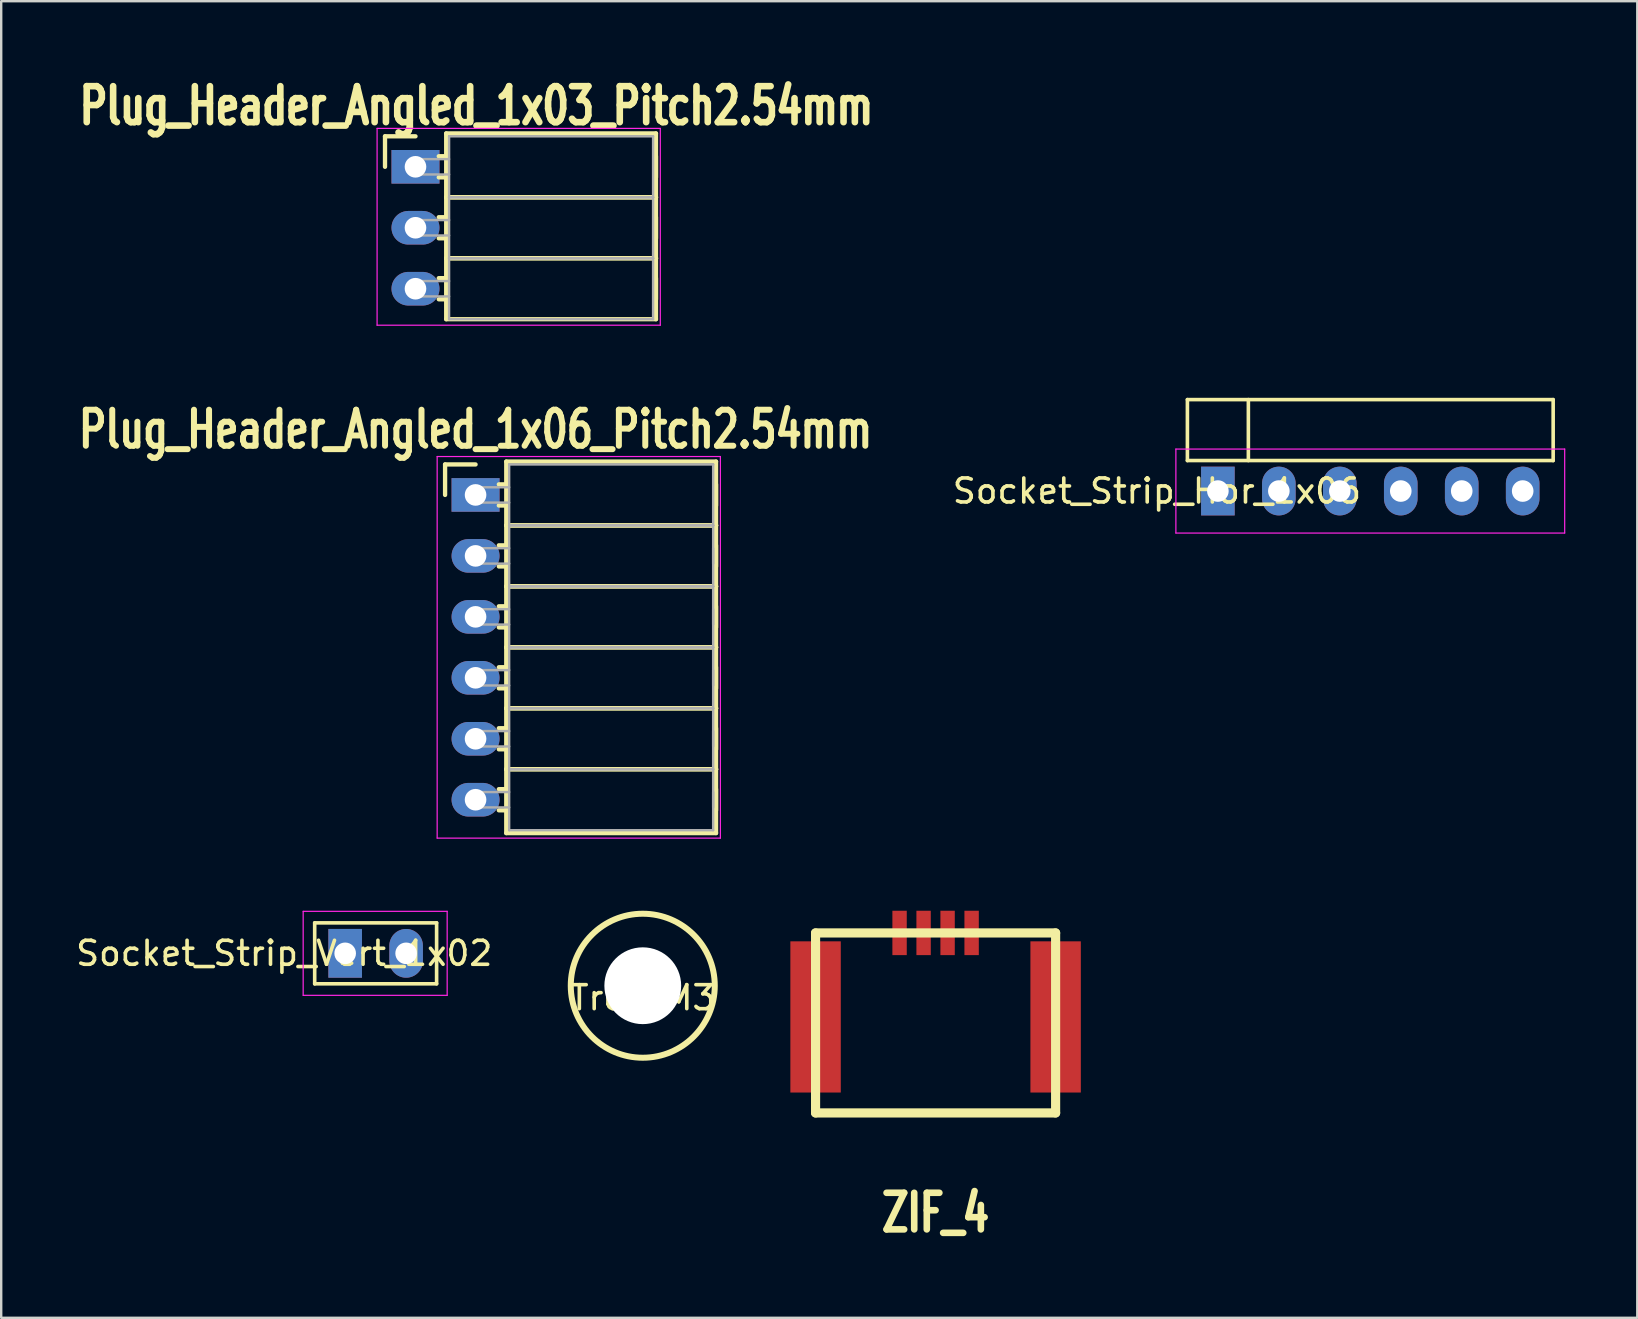
<source format=kicad_pcb>
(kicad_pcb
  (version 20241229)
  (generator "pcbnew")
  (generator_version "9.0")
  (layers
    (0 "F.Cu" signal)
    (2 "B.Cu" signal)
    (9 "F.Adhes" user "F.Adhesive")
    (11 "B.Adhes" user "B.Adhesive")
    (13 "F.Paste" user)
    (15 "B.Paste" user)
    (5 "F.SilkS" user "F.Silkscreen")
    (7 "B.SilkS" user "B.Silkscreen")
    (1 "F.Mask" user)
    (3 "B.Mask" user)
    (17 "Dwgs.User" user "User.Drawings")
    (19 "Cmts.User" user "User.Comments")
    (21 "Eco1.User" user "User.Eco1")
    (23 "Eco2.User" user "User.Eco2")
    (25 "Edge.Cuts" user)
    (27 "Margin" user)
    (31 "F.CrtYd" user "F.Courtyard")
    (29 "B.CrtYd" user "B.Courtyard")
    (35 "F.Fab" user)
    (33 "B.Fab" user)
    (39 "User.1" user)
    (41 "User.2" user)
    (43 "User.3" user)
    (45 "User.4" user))
  (footprint "Trou_M3"
    (layer "F.Cu")
    (at 23.732 38.022)
    (property "Reference" "Trou_M3" (at 0 0.5 0) (layer "F.SilkS") (effects (font (size 1 1) (thickness 0.15))))
    (attr through_hole)
    (fp_circle (center 0 0) (end 3 0) (stroke (width 0.25) (type solid)) (fill no) (layer "F.SilkS"))
    (pad "" np_thru_hole circle (at 0 0) (size 3.2 3.2) (drill 3.2) (layers "*.Cu")))
  (footprint "Plug_Header_Angled_1x03_Pitch2.54mm"
    (layer "F.Cu")
    (at 14.262 3.9)
    (property "Reference" "Plug_Header_Angled_1x03_Pitch2.54mm" (at 2.54 -2.54 0) (layer "F.SilkS") (effects (font (size 1.5 1.1) (thickness 0.275))))
    (attr through_hole)
    (fp_line (start -1.27 -1.27) (end 0 -1.27) (stroke (width 0.18) (type solid)) (layer "F.SilkS"))
    (fp_line (start -1.27 0) (end -1.27 -1.27) (stroke (width 0.18) (type solid)) (layer "F.SilkS"))
    (fp_line (start 0.97 -0.44) (end 1.28 -0.44) (stroke (width 0.18) (type solid)) (layer "F.SilkS"))
    (fp_line (start 0.97 0.44) (end 1.28 0.44) (stroke (width 0.18) (type solid)) (layer "F.SilkS"))
    (fp_line (start 0.97 2.1) (end 1.28 2.1) (stroke (width 0.18) (type solid)) (layer "F.SilkS"))
    (fp_line (start 0.97 2.98) (end 1.28 2.98) (stroke (width 0.18) (type solid)) (layer "F.SilkS"))
    (fp_line (start 0.97 4.64) (end 1.28 4.64) (stroke (width 0.18) (type solid)) (layer "F.SilkS"))
    (fp_line (start 0.97 5.52) (end 1.28 5.52) (stroke (width 0.18) (type solid)) (layer "F.SilkS"))
    (fp_line (start 1.28 -1.39) (end 1.28 1.27) (stroke (width 0.18) (type solid)) (layer "F.SilkS"))
    (fp_line (start 1.28 1.27) (end 1.28 3.81) (stroke (width 0.18) (type solid)) (layer "F.SilkS"))
    (fp_line (start 1.28 1.27) (end 10.02 1.27) (stroke (width 0.18) (type solid)) (layer "F.SilkS"))
    (fp_line (start 1.28 3.81) (end 1.28 6.35) (stroke (width 0.18) (type solid)) (layer "F.SilkS"))
    (fp_line (start 1.28 3.81) (end 10.02 3.81) (stroke (width 0.18) (type solid)) (layer "F.SilkS"))
    (fp_line (start 1.28 6.35) (end 10.02 6.35) (stroke (width 0.18) (type solid)) (layer "F.SilkS"))
    (fp_line (start 10.02 -1.39) (end 1.28 -1.39) (stroke (width 0.18) (type solid)) (layer "F.SilkS"))
    (fp_line (start 10.02 -0.44) (end 10.02 0.44) (stroke (width 0.18) (type solid)) (layer "F.SilkS"))
    (fp_line (start 10.02 1.27) (end 1.28 1.27) (stroke (width 0.18) (type solid)) (layer "F.SilkS"))
    (fp_line (start 10.02 1.27) (end 10.02 -1.39) (stroke (width 0.18) (type solid)) (layer "F.SilkS"))
    (fp_line (start 10.02 2.1) (end 10.02 2.98) (stroke (width 0.18) (type solid)) (layer "F.SilkS"))
    (fp_line (start 10.02 3.81) (end 1.28 3.81) (stroke (width 0.18) (type solid)) (layer "F.SilkS"))
    (fp_line (start 10.02 3.81) (end 10.02 1.27) (stroke (width 0.18) (type solid)) (layer "F.SilkS"))
    (fp_line (start 10.02 4.64) (end 10.02 5.52) (stroke (width 0.18) (type solid)) (layer "F.SilkS"))
    (fp_line (start 10.02 6.35) (end 10.02 3.81) (stroke (width 0.18) (type solid)) (layer "F.SilkS"))
    (fp_line (start -1.6 -1.6) (end -1.6 6.6) (stroke (width 0.05) (type solid)) (layer "F.CrtYd"))
    (fp_line (start -1.6 6.6) (end 10.2 6.6) (stroke (width 0.05) (type solid)) (layer "F.CrtYd"))
    (fp_line (start 10.2 -1.6) (end -1.6 -1.6) (stroke (width 0.05) (type solid)) (layer "F.CrtYd"))
    (fp_line (start 10.2 6.6) (end 10.2 -1.6) (stroke (width 0.05) (type solid)) (layer "F.CrtYd"))
    (fp_line (start 0 -0.32) (end 0 0.32) (stroke (width 0.1) (type solid)) (layer "F.Fab"))
    (fp_line (start 0 0.32) (end 1.4 0.32) (stroke (width 0.1) (type solid)) (layer "F.Fab"))
    (fp_line (start 0 2.22) (end 0 2.86) (stroke (width 0.1) (type solid)) (layer "F.Fab"))
    (fp_line (start 0 2.86) (end 1.4 2.86) (stroke (width 0.1) (type solid)) (layer "F.Fab"))
    (fp_line (start 0 4.76) (end 0 5.4) (stroke (width 0.1) (type solid)) (layer "F.Fab"))
    (fp_line (start 0 5.4) (end 1.4 5.4) (stroke (width 0.1) (type solid)) (layer "F.Fab"))
    (fp_line (start 1.4 -1.27) (end 1.4 1.27) (stroke (width 0.1) (type solid)) (layer "F.Fab"))
    (fp_line (start 1.4 -0.32) (end 0 -0.32) (stroke (width 0.1) (type solid)) (layer "F.Fab"))
    (fp_line (start 1.4 1.27) (end 1.4 3.81) (stroke (width 0.1) (type solid)) (layer "F.Fab"))
    (fp_line (start 1.4 1.27) (end 9.9 1.27) (stroke (width 0.1) (type solid)) (layer "F.Fab"))
    (fp_line (start 1.4 2.22) (end 0 2.22) (stroke (width 0.1) (type solid)) (layer "F.Fab"))
    (fp_line (start 1.4 3.81) (end 1.4 6.35) (stroke (width 0.1) (type solid)) (layer "F.Fab"))
    (fp_line (start 1.4 3.81) (end 9.9 3.81) (stroke (width 0.1) (type solid)) (layer "F.Fab"))
    (fp_line (start 1.4 4.76) (end 0 4.76) (stroke (width 0.1) (type solid)) (layer "F.Fab"))
    (fp_line (start 1.4 6.35) (end 9.9 6.35) (stroke (width 0.1) (type solid)) (layer "F.Fab"))
    (fp_line (start 9.9 -1.27) (end 1.4 -1.27) (stroke (width 0.1) (type solid)) (layer "F.Fab"))
    (fp_line (start 9.9 1.27) (end 1.4 1.27) (stroke (width 0.1) (type solid)) (layer "F.Fab"))
    (fp_line (start 9.9 1.27) (end 9.9 -1.27) (stroke (width 0.1) (type solid)) (layer "F.Fab"))
    (fp_line (start 9.9 3.81) (end 1.4 3.81) (stroke (width 0.1) (type solid)) (layer "F.Fab"))
    (fp_line (start 9.9 3.81) (end 9.9 1.27) (stroke (width 0.1) (type solid)) (layer "F.Fab"))
    (fp_line (start 9.9 6.35) (end 9.9 3.81) (stroke (width 0.1) (type solid)) (layer "F.Fab"))
    (pad "1" thru_hole rect (at 0 0) (size 2 1.4) (drill 0.9) (layers "*.Cu" "*.Mask"))
    (pad "2" thru_hole oval (at 0 2.54) (size 2 1.4) (drill 0.9) (layers "*.Cu" "*.Mask"))
    (pad "3" thru_hole oval (at 0 5.08) (size 2 1.4) (drill 0.9) (layers "*.Cu" "*.Mask")))
  (footprint "Plug_Header_Angled_1x06_Pitch2.54mm"
    (layer "F.Cu")
    (at 16.765 17.572)
    (property "Reference" "Plug_Header_Angled_1x06_Pitch2.54mm" (at 0 -2.731 0) (layer "F.SilkS") (effects (font (size 1.5 1.1) (thickness 0.25))))
    (attr through_hole)
    (fp_line (start -1.27 -1.27) (end 0 -1.27) (stroke (width 0.18) (type solid)) (layer "F.SilkS"))
    (fp_line (start -1.27 0) (end -1.27 -1.27) (stroke (width 0.18) (type solid)) (layer "F.SilkS"))
    (fp_line (start 0.97 -0.44) (end 1.28 -0.44) (stroke (width 0.18) (type solid)) (layer "F.SilkS"))
    (fp_line (start 0.97 0.44) (end 1.28 0.44) (stroke (width 0.18) (type solid)) (layer "F.SilkS"))
    (fp_line (start 0.97 2.1) (end 1.28 2.1) (stroke (width 0.18) (type solid)) (layer "F.SilkS"))
    (fp_line (start 0.97 2.98) (end 1.28 2.98) (stroke (width 0.18) (type solid)) (layer "F.SilkS"))
    (fp_line (start 0.97 4.64) (end 1.28 4.64) (stroke (width 0.18) (type solid)) (layer "F.SilkS"))
    (fp_line (start 0.97 5.52) (end 1.28 5.52) (stroke (width 0.18) (type solid)) (layer "F.SilkS"))
    (fp_line (start 0.97 7.18) (end 1.28 7.18) (stroke (width 0.18) (type solid)) (layer "F.SilkS"))
    (fp_line (start 0.97 8.06) (end 1.28 8.06) (stroke (width 0.18) (type solid)) (layer "F.SilkS"))
    (fp_line (start 0.97 9.72) (end 1.28 9.72) (stroke (width 0.18) (type solid)) (layer "F.SilkS"))
    (fp_line (start 0.97 10.6) (end 1.28 10.6) (stroke (width 0.18) (type solid)) (layer "F.SilkS"))
    (fp_line (start 0.97 12.26) (end 1.28 12.26) (stroke (width 0.18) (type solid)) (layer "F.SilkS"))
    (fp_line (start 0.97 13.14) (end 1.28 13.14) (stroke (width 0.18) (type solid)) (layer "F.SilkS"))
    (fp_line (start 1.28 -1.39) (end 1.28 1.27) (stroke (width 0.18) (type solid)) (layer "F.SilkS"))
    (fp_line (start 1.28 1.27) (end 1.28 3.81) (stroke (width 0.18) (type solid)) (layer "F.SilkS"))
    (fp_line (start 1.28 1.27) (end 10.02 1.27) (stroke (width 0.18) (type solid)) (layer "F.SilkS"))
    (fp_line (start 1.28 3.81) (end 1.28 6.35) (stroke (width 0.18) (type solid)) (layer "F.SilkS"))
    (fp_line (start 1.28 3.81) (end 10.02 3.81) (stroke (width 0.18) (type solid)) (layer "F.SilkS"))
    (fp_line (start 1.28 6.35) (end 1.28 8.89) (stroke (width 0.18) (type solid)) (layer "F.SilkS"))
    (fp_line (start 1.28 6.35) (end 10.02 6.35) (stroke (width 0.18) (type solid)) (layer "F.SilkS"))
    (fp_line (start 1.28 8.89) (end 1.28 11.43) (stroke (width 0.18) (type solid)) (layer "F.SilkS"))
    (fp_line (start 1.28 8.89) (end 10.02 8.89) (stroke (width 0.18) (type solid)) (layer "F.SilkS"))
    (fp_line (start 1.28 11.43) (end 1.28 14.09) (stroke (width 0.18) (type solid)) (layer "F.SilkS"))
    (fp_line (start 1.28 11.43) (end 10.02 11.43) (stroke (width 0.18) (type solid)) (layer "F.SilkS"))
    (fp_line (start 1.28 14.09) (end 10.02 14.09) (stroke (width 0.18) (type solid)) (layer "F.SilkS"))
    (fp_line (start 10.02 -1.39) (end 1.28 -1.39) (stroke (width 0.18) (type solid)) (layer "F.SilkS"))
    (fp_line (start 10.02 -0.44) (end 10.02 0.44) (stroke (width 0.18) (type solid)) (layer "F.SilkS"))
    (fp_line (start 10.02 1.27) (end 1.28 1.27) (stroke (width 0.18) (type solid)) (layer "F.SilkS"))
    (fp_line (start 10.02 1.27) (end 10.02 -1.39) (stroke (width 0.18) (type solid)) (layer "F.SilkS"))
    (fp_line (start 10.02 2.1) (end 10.02 2.98) (stroke (width 0.18) (type solid)) (layer "F.SilkS"))
    (fp_line (start 10.02 3.81) (end 1.28 3.81) (stroke (width 0.18) (type solid)) (layer "F.SilkS"))
    (fp_line (start 10.02 3.81) (end 10.02 1.27) (stroke (width 0.18) (type solid)) (layer "F.SilkS"))
    (fp_line (start 10.02 4.64) (end 10.02 5.52) (stroke (width 0.18) (type solid)) (layer "F.SilkS"))
    (fp_line (start 10.02 6.35) (end 1.28 6.35) (stroke (width 0.18) (type solid)) (layer "F.SilkS"))
    (fp_line (start 10.02 6.35) (end 10.02 3.81) (stroke (width 0.18) (type solid)) (layer "F.SilkS"))
    (fp_line (start 10.02 7.18) (end 10.02 8.06) (stroke (width 0.18) (type solid)) (layer "F.SilkS"))
    (fp_line (start 10.02 8.89) (end 1.28 8.89) (stroke (width 0.18) (type solid)) (layer "F.SilkS"))
    (fp_line (start 10.02 8.89) (end 10.02 6.35) (stroke (width 0.18) (type solid)) (layer "F.SilkS"))
    (fp_line (start 10.02 9.72) (end 10.02 10.6) (stroke (width 0.18) (type solid)) (layer "F.SilkS"))
    (fp_line (start 10.02 11.43) (end 1.28 11.43) (stroke (width 0.18) (type solid)) (layer "F.SilkS"))
    (fp_line (start 10.02 11.43) (end 10.02 8.89) (stroke (width 0.18) (type solid)) (layer "F.SilkS"))
    (fp_line (start 10.02 12.26) (end 10.02 13.14) (stroke (width 0.18) (type solid)) (layer "F.SilkS"))
    (fp_line (start 10.02 14.09) (end 10.02 11.43) (stroke (width 0.18) (type solid)) (layer "F.SilkS"))
    (fp_line (start -1.6 -1.6) (end -1.6 14.3) (stroke (width 0.05) (type solid)) (layer "F.CrtYd"))
    (fp_line (start -1.6 14.3) (end 10.2 14.3) (stroke (width 0.05) (type solid)) (layer "F.CrtYd"))
    (fp_line (start 10.2 -1.6) (end -1.6 -1.6) (stroke (width 0.05) (type solid)) (layer "F.CrtYd"))
    (fp_line (start 10.2 14.3) (end 10.2 -1.6) (stroke (width 0.05) (type solid)) (layer "F.CrtYd"))
    (fp_line (start 0 -0.32) (end 0 0.32) (stroke (width 0.1) (type solid)) (layer "F.Fab"))
    (fp_line (start 0 0.32) (end 1.4 0.32) (stroke (width 0.1) (type solid)) (layer "F.Fab"))
    (fp_line (start 0 2.22) (end 0 2.86) (stroke (width 0.1) (type solid)) (layer "F.Fab"))
    (fp_line (start 0 2.86) (end 1.4 2.86) (stroke (width 0.1) (type solid)) (layer "F.Fab"))
    (fp_line (start 0 4.76) (end 0 5.4) (stroke (width 0.1) (type solid)) (layer "F.Fab"))
    (fp_line (start 0 5.4) (end 1.4 5.4) (stroke (width 0.1) (type solid)) (layer "F.Fab"))
    (fp_line (start 0 7.3) (end 0 7.94) (stroke (width 0.1) (type solid)) (layer "F.Fab"))
    (fp_line (start 0 7.94) (end 1.4 7.94) (stroke (width 0.1) (type solid)) (layer "F.Fab"))
    (fp_line (start 0 9.84) (end 0 10.48) (stroke (width 0.1) (type solid)) (layer "F.Fab"))
    (fp_line (start 0 10.48) (end 1.4 10.48) (stroke (width 0.1) (type solid)) (layer "F.Fab"))
    (fp_line (start 0 12.38) (end 0 13.02) (stroke (width 0.1) (type solid)) (layer "F.Fab"))
    (fp_line (start 0 13.02) (end 1.4 13.02) (stroke (width 0.1) (type solid)) (layer "F.Fab"))
    (fp_line (start 1.4 -1.27) (end 1.4 1.27) (stroke (width 0.1) (type solid)) (layer "F.Fab"))
    (fp_line (start 1.4 -0.32) (end 0 -0.32) (stroke (width 0.1) (type solid)) (layer "F.Fab"))
    (fp_line (start 1.4 1.27) (end 1.4 3.81) (stroke (width 0.1) (type solid)) (layer "F.Fab"))
    (fp_line (start 1.4 1.27) (end 9.9 1.27) (stroke (width 0.1) (type solid)) (layer "F.Fab"))
    (fp_line (start 1.4 2.22) (end 0 2.22) (stroke (width 0.1) (type solid)) (layer "F.Fab"))
    (fp_line (start 1.4 3.81) (end 1.4 6.35) (stroke (width 0.1) (type solid)) (layer "F.Fab"))
    (fp_line (start 1.4 3.81) (end 9.9 3.81) (stroke (width 0.1) (type solid)) (layer "F.Fab"))
    (fp_line (start 1.4 4.76) (end 0 4.76) (stroke (width 0.1) (type solid)) (layer "F.Fab"))
    (fp_line (start 1.4 6.35) (end 1.4 8.89) (stroke (width 0.1) (type solid)) (layer "F.Fab"))
    (fp_line (start 1.4 6.35) (end 9.9 6.35) (stroke (width 0.1) (type solid)) (layer "F.Fab"))
    (fp_line (start 1.4 7.3) (end 0 7.3) (stroke (width 0.1) (type solid)) (layer "F.Fab"))
    (fp_line (start 1.4 8.89) (end 1.4 11.43) (stroke (width 0.1) (type solid)) (layer "F.Fab"))
    (fp_line (start 1.4 8.89) (end 9.9 8.89) (stroke (width 0.1) (type solid)) (layer "F.Fab"))
    (fp_line (start 1.4 9.84) (end 0 9.84) (stroke (width 0.1) (type solid)) (layer "F.Fab"))
    (fp_line (start 1.4 11.43) (end 1.4 13.97) (stroke (width 0.1) (type solid)) (layer "F.Fab"))
    (fp_line (start 1.4 11.43) (end 9.9 11.43) (stroke (width 0.1) (type solid)) (layer "F.Fab"))
    (fp_line (start 1.4 12.38) (end 0 12.38) (stroke (width 0.1) (type solid)) (layer "F.Fab"))
    (fp_line (start 1.4 13.97) (end 9.9 13.97) (stroke (width 0.1) (type solid)) (layer "F.Fab"))
    (fp_line (start 9.9 -1.27) (end 1.4 -1.27) (stroke (width 0.1) (type solid)) (layer "F.Fab"))
    (fp_line (start 9.9 1.27) (end 1.4 1.27) (stroke (width 0.1) (type solid)) (layer "F.Fab"))
    (fp_line (start 9.9 1.27) (end 9.9 -1.27) (stroke (width 0.1) (type solid)) (layer "F.Fab"))
    (fp_line (start 9.9 2.86) (end 9.9 2.22) (stroke (width 0.1) (type solid)) (layer "F.Fab"))
    (fp_line (start 9.9 3.81) (end 1.4 3.81) (stroke (width 0.1) (type solid)) (layer "F.Fab"))
    (fp_line (start 9.9 3.81) (end 9.9 1.27) (stroke (width 0.1) (type solid)) (layer "F.Fab"))
    (fp_line (start 9.9 5.4) (end 9.9 4.76) (stroke (width 0.1) (type solid)) (layer "F.Fab"))
    (fp_line (start 9.9 6.35) (end 1.4 6.35) (stroke (width 0.1) (type solid)) (layer "F.Fab"))
    (fp_line (start 9.9 6.35) (end 9.9 3.81) (stroke (width 0.1) (type solid)) (layer "F.Fab"))
    (fp_line (start 9.9 7.94) (end 9.9 7.3) (stroke (width 0.1) (type solid)) (layer "F.Fab"))
    (fp_line (start 9.9 8.89) (end 1.4 8.89) (stroke (width 0.1) (type solid)) (layer "F.Fab"))
    (fp_line (start 9.9 8.89) (end 9.9 6.35) (stroke (width 0.1) (type solid)) (layer "F.Fab"))
    (fp_line (start 9.9 10.48) (end 9.9 9.84) (stroke (width 0.1) (type solid)) (layer "F.Fab"))
    (fp_line (start 9.9 11.43) (end 1.4 11.43) (stroke (width 0.1) (type solid)) (layer "F.Fab"))
    (fp_line (start 9.9 11.43) (end 9.9 8.89) (stroke (width 0.1) (type solid)) (layer "F.Fab"))
    (fp_line (start 9.9 13.02) (end 9.9 12.38) (stroke (width 0.1) (type solid)) (layer "F.Fab"))
    (fp_line (start 9.9 13.97) (end 9.9 11.43) (stroke (width 0.1) (type solid)) (layer "F.Fab"))
    (pad "1" thru_hole rect (at 0 0) (size 2 1.4) (drill 0.9) (layers "*.Cu" "*.Mask"))
    (pad "2" thru_hole oval (at 0 2.54) (size 2 1.4) (drill 0.9) (layers "*.Cu" "*.Mask"))
    (pad "3" thru_hole oval (at 0 5.08) (size 2 1.4) (drill 0.9) (layers "*.Cu" "*.Mask"))
    (pad "4" thru_hole oval (at 0 7.62) (size 2 1.4) (drill 0.9) (layers "*.Cu" "*.Mask"))
    (pad "5" thru_hole oval (at 0 10.16) (size 2 1.4) (drill 0.9) (layers "*.Cu" "*.Mask"))
    (pad "6" thru_hole oval (at 0 12.7) (size 2 1.4) (drill 0.9) (layers "*.Cu" "*.Mask")))
  (footprint "Socket_Strip_Hor_1x06"
    (layer "F.Cu")
    (at 47.695 17.41)
    (property "Reference" "Socket_Strip_Hor_1x06" (at -2.54 0 0) (layer "F.SilkS") (effects (font (size 1 1) (thickness 0.15))))
    (attr through_hole)
    (fp_line (start -1.27 -3.81) (end 13.97 -3.81) (stroke (width 0.15) (type solid)) (layer "F.SilkS"))
    (fp_line (start -1.27 -1.27) (end -1.27 -3.81) (stroke (width 0.15) (type solid)) (layer "F.SilkS"))
    (fp_line (start 1.27 -3.81) (end 1.27 -1.27) (stroke (width 0.15) (type solid)) (layer "F.SilkS"))
    (fp_line (start 13.97 -1.27) (end -1.27 -1.27) (stroke (width 0.15) (type solid)) (layer "F.SilkS"))
    (fp_line (start 13.97 -1.27) (end 13.97 -3.81) (stroke (width 0.15) (type solid)) (layer "F.SilkS"))
    (fp_line (start -1.75 -1.75) (end -1.75 1.75) (stroke (width 0.05) (type solid)) (layer "F.CrtYd"))
    (fp_line (start -1.75 -1.75) (end 14.45 -1.75) (stroke (width 0.05) (type solid)) (layer "F.CrtYd"))
    (fp_line (start -1.75 1.75) (end 14.45 1.75) (stroke (width 0.05) (type solid)) (layer "F.CrtYd"))
    (fp_line (start 14.45 -1.75) (end 14.45 1.75) (stroke (width 0.05) (type solid)) (layer "F.CrtYd"))
    (pad "1" thru_hole rect (at 0 0) (size 1.4 2.032) (drill 0.9) (layers "*.Cu" "*.Mask"))
    (pad "2" thru_hole oval (at 2.54 0) (size 1.4 2.032) (drill 0.9) (layers "*.Cu" "*.Mask"))
    (pad "3" thru_hole oval (at 5.08 0) (size 1.4 2.032) (drill 0.9) (layers "*.Cu" "*.Mask"))
    (pad "4" thru_hole oval (at 7.62 0) (size 1.4 2.032) (drill 0.9) (layers "*.Cu" "*.Mask"))
    (pad "5" thru_hole oval (at 10.16 0) (size 1.4 2.032) (drill 0.9) (layers "*.Cu" "*.Mask"))
    (pad "6" thru_hole oval (at 12.7 0) (size 1.4 2.032) (drill 0.9) (layers "*.Cu" "*.Mask")))
  (footprint "Socket_Strip_Vert_1x02"
    (layer "F.Cu")
    (at 11.332 36.672)
    (property "Reference" "Socket_Strip_Vert_1x02" (at -2.54 0 0) (layer "F.SilkS") (effects (font (size 1 1) (thickness 0.15))))
    (attr through_hole)
    (fp_line (start -1.27 1.27) (end -1.27 -1.27) (stroke (width 0.15) (type solid)) (layer "F.SilkS"))
    (fp_line (start -1.27 1.27) (end 3.81 1.27) (stroke (width 0.15) (type solid)) (layer "F.SilkS"))
    (fp_line (start 3.81 -1.27) (end -1.27 -1.27) (stroke (width 0.15) (type solid)) (layer "F.SilkS"))
    (fp_line (start 3.81 -1.27) (end 3.81 1.27) (stroke (width 0.15) (type solid)) (layer "F.SilkS"))
    (fp_line (start -1.75 -1.75) (end -1.75 1.75) (stroke (width 0.05) (type solid)) (layer "F.CrtYd"))
    (fp_line (start -1.75 -1.75) (end 4.25 -1.75) (stroke (width 0.05) (type solid)) (layer "F.CrtYd"))
    (fp_line (start -1.75 1.75) (end 4.25 1.75) (stroke (width 0.05) (type solid)) (layer "F.CrtYd"))
    (fp_line (start 4.25 -1.75) (end 4.25 1.75) (stroke (width 0.05) (type solid)) (layer "F.CrtYd"))
    (pad "1" thru_hole rect (at 0 0) (size 1.4 2.032) (drill 0.9) (layers "*.Cu" "*.Mask"))
    (pad "2" thru_hole oval (at 2.54 0) (size 1.4 2.032) (drill 0.9) (layers "*.Cu" "*.Mask")))
  (footprint "ZIF_4"
    (layer "F.Cu")
    (at 35.933 37.323)
    (property "Reference" "ZIF_4" (at 0 10.16 0) (layer "F.SilkS") (effects (font (size 1.524 1.1) (thickness 0.275))))
    (attr through_hole)
    (fp_line (start -5.001 -1.501) (end -5.001 5.999) (stroke (width 0.381) (type solid)) (layer "F.SilkS"))
    (fp_line (start -5.001 5.999) (end 5.001 5.999) (stroke (width 0.381) (type solid)) (layer "F.SilkS"))
    (fp_line (start 5.001 -1.501) (end -5.001 -1.501) (stroke (width 0.381) (type solid)) (layer "F.SilkS"))
    (fp_line (start 5.001 5.999) (end 5.001 -1.501) (stroke (width 0.381) (type solid)) (layer "F.SilkS"))
    (pad "" smd rect (at -5.001 1.999) (size 2.101 6.3) (layers "F.Cu" "F.Mask" "F.Paste"))
    (pad "" smd rect (at 5.001 1.999) (size 2.101 6.3) (layers "F.Cu" "F.Mask" "F.Paste"))
    (pad "1" smd rect (at -1.501 -1.501) (size 0.599 1.849) (layers "F.Cu" "F.Mask" "F.Paste"))
    (pad "2" smd rect (at -0.5 -1.501) (size 0.599 1.849) (layers "F.Cu" "F.Mask" "F.Paste"))
    (pad "3" smd rect (at 0.5 -1.501) (size 0.599 1.849) (layers "F.Cu" "F.Mask" "F.Paste"))
    (pad "4" smd rect (at 1.501 -1.501) (size 0.599 1.849) (layers "F.Cu" "F.Mask" "F.Paste")))
  (gr_rect
    (start -3 -3)
    (end 65.17 51.857)
    (stroke (width 0.1) (type default))
    (fill no)
    (layer "Edge.Cuts")))
</source>
